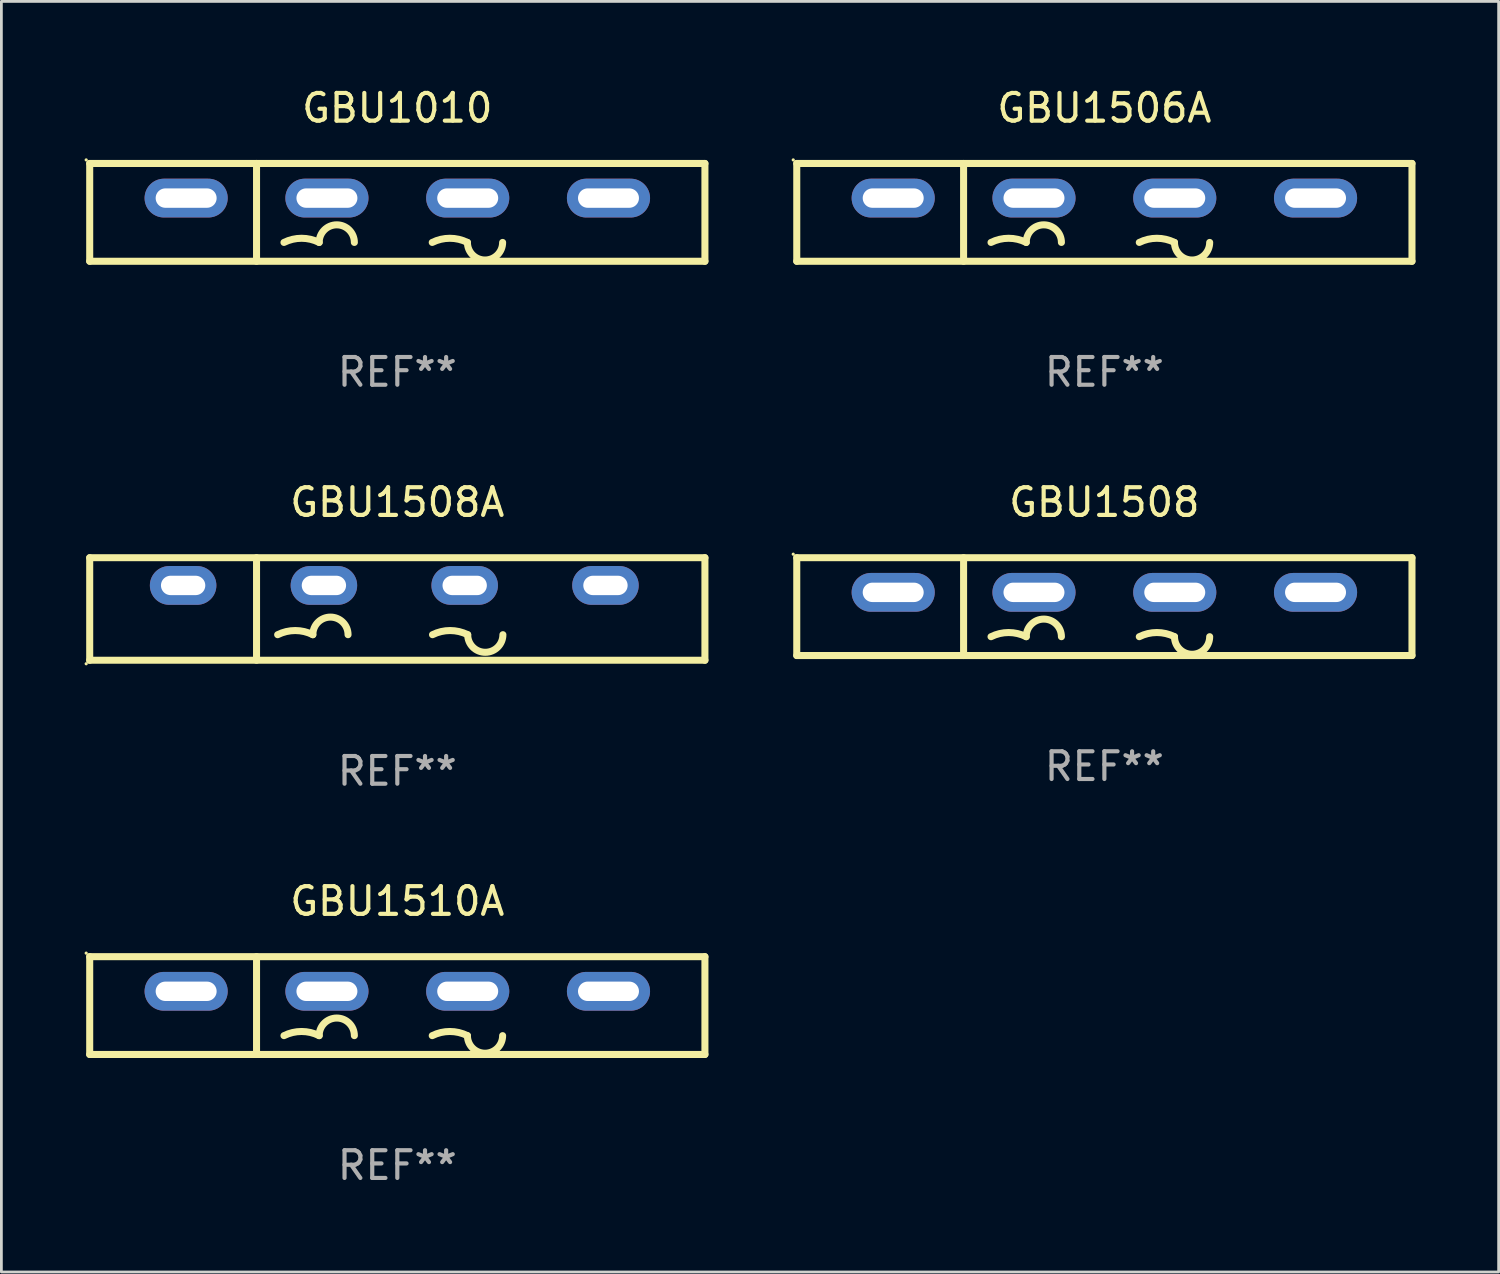
<source format=kicad_pcb>
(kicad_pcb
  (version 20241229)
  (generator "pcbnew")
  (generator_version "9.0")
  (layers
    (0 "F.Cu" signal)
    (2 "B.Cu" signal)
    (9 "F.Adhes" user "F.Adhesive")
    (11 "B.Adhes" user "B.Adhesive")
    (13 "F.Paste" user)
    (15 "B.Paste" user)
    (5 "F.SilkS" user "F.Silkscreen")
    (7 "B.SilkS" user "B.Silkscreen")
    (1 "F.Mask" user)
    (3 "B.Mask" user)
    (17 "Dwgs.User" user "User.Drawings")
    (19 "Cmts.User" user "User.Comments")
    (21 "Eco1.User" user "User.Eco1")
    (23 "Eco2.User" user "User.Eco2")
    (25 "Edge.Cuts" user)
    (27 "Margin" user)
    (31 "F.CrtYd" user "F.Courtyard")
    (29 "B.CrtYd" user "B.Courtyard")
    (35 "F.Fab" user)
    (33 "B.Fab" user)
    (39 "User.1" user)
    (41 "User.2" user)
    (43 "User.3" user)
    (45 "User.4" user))
  (footprint "GBU1508A"
    (layer "F.Cu")
    (at 11.287 18.925)
    (property "Reference" "GBU1508A" (at 0 -3.85 0) (layer "F.SilkS") (effects (font (size 1 1) (thickness 0.15))))
    (attr through_hole)
    (fp_line (start -11.1 -1.85) (end 11.1 -1.85) (stroke (width 0.254) (type solid)) (layer "F.SilkS"))
    (fp_line (start -11.1 1.85) (end -11.1 -1.85) (stroke (width 0.254) (type solid)) (layer "F.SilkS"))
    (fp_line (start -5.08 -1.85) (end -5.08 1.85) (stroke (width 0.254) (type solid)) (layer "F.SilkS"))
    (fp_line (start 11.1 -1.85) (end 11.1 1.85) (stroke (width 0.254) (type solid)) (layer "F.SilkS"))
    (fp_line (start 11.1 1.85) (end -11.1 1.85) (stroke (width 0.254) (type solid)) (layer "F.SilkS"))
    (fp_arc (start -4.318009 0.927991) (mid -3.683008 0.778087) (end -3.048007 0.92799) (stroke (width 0.254001) (type solid)) (layer "F.SilkS"))
    (fp_arc (start -3.048006 0.927991) (mid -2.413005 0.29299) (end -1.778004 0.927991) (stroke (width 0.254001) (type solid)) (layer "F.SilkS"))
    (fp_arc (start 1.270003 0.927991) (mid 1.905004 0.778088) (end 2.540005 0.927991) (stroke (width 0.254001) (type solid)) (layer "F.SilkS"))
    (fp_arc (start 3.810008 0.927991) (mid 3.175006 1.562993) (end 2.540004 0.927991) (stroke (width 0.254001) (type solid)) (layer "F.SilkS"))
    (fp_circle (center -11.227 1.977) (end -11.197 1.977) (stroke (width 0.06) (type solid)) (fill no) (layer "F.SilkS"))
    (fp_text user "+" (at -8.549 0.85 0) (layer "B.Mask") (effects (font (size 1 1) (thickness 0.15))))
    (fp_text user "-" (at 6.751 0.85 0) (layer "B.Mask") (effects (font (size 1 1) (thickness 0.15))))
    (fp_text user "REF**" (at 0 5.85 0) (layer "F.Fab") (effects (font (size 1 1) (thickness 0.15))))
    (pad "1" thru_hole oval (at -7.729 -0.85 180) (size 2.4 1.4) (drill oval 1.6 0.7) (layers "*.Cu" "*.Mask"))
    (pad "2" thru_hole oval (at -2.649 -0.85 180) (size 2.4 1.4) (drill oval 1.6 0.7) (layers "*.Cu" "*.Mask"))
    (pad "3" thru_hole oval (at 2.431 -0.85 180) (size 2.4 1.4) (drill oval 1.6 0.7) (layers "*.Cu" "*.Mask"))
    (pad "4" thru_hole oval (at 7.511 -0.85 180) (size 2.4 1.4) (drill oval 1.6 0.7) (layers "*.Cu" "*.Mask")))
  (footprint "GBU1506A"
    (layer "F.Cu")
    (at 36.801 4.613)
    (property "Reference" "GBU1506A" (at 0 -3.765 0) (layer "F.SilkS") (effects (font (size 1 1) (thickness 0.15))))
    (attr through_hole)
    (fp_line (start -11.1 -1.765) (end 11.1 -1.765) (stroke (width 0.254) (type solid)) (layer "F.SilkS"))
    (fp_line (start -11.1 1.765) (end -11.1 -1.765) (stroke (width 0.254) (type solid)) (layer "F.SilkS"))
    (fp_line (start -5.08 -1.765) (end -5.08 1.765) (stroke (width 0.254) (type solid)) (layer "F.SilkS"))
    (fp_line (start 11.1 -1.765) (end 11.1 1.765) (stroke (width 0.254) (type solid)) (layer "F.SilkS"))
    (fp_line (start 11.1 1.765) (end -11.1 1.765) (stroke (width 0.254) (type solid)) (layer "F.SilkS"))
    (fp_arc (start -4.089992 1.084963) (mid -3.454991 0.93506) (end -2.819989 1.084963) (stroke (width 0.254001) (type solid)) (layer "F.SilkS"))
    (fp_arc (start -2.819991 1.084963) (mid -2.184989 0.449961) (end -1.549987 1.084963) (stroke (width 0.254001) (type solid)) (layer "F.SilkS"))
    (fp_arc (start 1.259995 1.084963) (mid 1.894996 0.93506) (end 2.529998 1.084963) (stroke (width 0.254001) (type solid)) (layer "F.SilkS"))
    (fp_arc (start 3.8 1.084963) (mid 3.164999 1.719964) (end 2.529998 1.084963) (stroke (width 0.254001) (type solid)) (layer "F.SilkS"))
    (fp_circle (center -11.227 -1.892) (end -11.197 -1.892) (stroke (width 0.06) (type solid)) (fill no) (layer "F.SilkS"))
    (fp_text user "-" (at 8.65 3.335 0) (layer "B.Mask") (effects (font (size 1 1) (thickness 0.15))))
    (fp_text user "+" (at -7 3.085 0) (layer "B.Mask") (effects (font (size 1 1) (thickness 0.15))))
    (fp_text user "REF**" (at 0 5.765 0) (layer "F.Fab") (effects (font (size 1 1) (thickness 0.15))))
    (pad "1" thru_hole oval (at -7.62 -0.515 180) (size 3 1.4) (drill oval 2.2 0.7) (layers "*.Cu" "*.Mask"))
    (pad "2" thru_hole oval (at -2.54 -0.515 180) (size 3 1.4) (drill oval 2.2 0.7) (layers "*.Cu" "*.Mask"))
    (pad "3" thru_hole oval (at 2.54 -0.515 180) (size 3 1.4) (drill oval 2.2 0.7) (layers "*.Cu" "*.Mask"))
    (pad "4" thru_hole oval (at 7.62 -0.515 180) (size 3 1.4) (drill oval 2.2 0.7) (layers "*.Cu" "*.Mask")))
  (footprint "GBU1010"
    (layer "F.Cu")
    (at 11.287 4.613)
    (property "Reference" "GBU1010" (at 0 -3.765 0) (layer "F.SilkS") (effects (font (size 1 1) (thickness 0.15))))
    (attr through_hole)
    (fp_line (start -11.1 -1.765) (end 11.1 -1.765) (stroke (width 0.254) (type solid)) (layer "F.SilkS"))
    (fp_line (start -11.1 1.765) (end -11.1 -1.765) (stroke (width 0.254) (type solid)) (layer "F.SilkS"))
    (fp_line (start -5.08 -1.765) (end -5.08 1.765) (stroke (width 0.254) (type solid)) (layer "F.SilkS"))
    (fp_line (start 11.1 -1.765) (end 11.1 1.765) (stroke (width 0.254) (type solid)) (layer "F.SilkS"))
    (fp_line (start 11.1 1.765) (end -11.1 1.765) (stroke (width 0.254) (type solid)) (layer "F.SilkS"))
    (fp_arc (start -4.089992 1.084963) (mid -3.454991 0.93506) (end -2.819989 1.084963) (stroke (width 0.254001) (type solid)) (layer "F.SilkS"))
    (fp_arc (start -2.819991 1.084963) (mid -2.184989 0.449961) (end -1.549987 1.084963) (stroke (width 0.254001) (type solid)) (layer "F.SilkS"))
    (fp_arc (start 1.259995 1.084963) (mid 1.894996 0.93506) (end 2.529998 1.084963) (stroke (width 0.254001) (type solid)) (layer "F.SilkS"))
    (fp_arc (start 3.8 1.084963) (mid 3.164999 1.719964) (end 2.529998 1.084963) (stroke (width 0.254001) (type solid)) (layer "F.SilkS"))
    (fp_circle (center -11.227 -1.892) (end -11.197 -1.892) (stroke (width 0.06) (type solid)) (fill no) (layer "F.SilkS"))
    (fp_text user "-" (at 8.65 3.335 0) (layer "B.Mask") (effects (font (size 1 1) (thickness 0.15))))
    (fp_text user "+" (at -7 3.085 0) (layer "B.Mask") (effects (font (size 1 1) (thickness 0.15))))
    (fp_text user "REF**" (at 0 5.765 0) (layer "F.Fab") (effects (font (size 1 1) (thickness 0.15))))
    (pad "1" thru_hole oval (at -7.62 -0.515 180) (size 3 1.4) (drill oval 2.2 0.7) (layers "*.Cu" "*.Mask"))
    (pad "2" thru_hole oval (at -2.54 -0.515 180) (size 3 1.4) (drill oval 2.2 0.7) (layers "*.Cu" "*.Mask"))
    (pad "3" thru_hole oval (at 2.54 -0.515 180) (size 3 1.4) (drill oval 2.2 0.7) (layers "*.Cu" "*.Mask"))
    (pad "4" thru_hole oval (at 7.62 -0.515 180) (size 3 1.4) (drill oval 2.2 0.7) (layers "*.Cu" "*.Mask")))
  (footprint "GBU1510A"
    (layer "F.Cu")
    (at 11.287 33.236)
    (property "Reference" "GBU1510A" (at 0 -3.765 0) (layer "F.SilkS") (effects (font (size 1 1) (thickness 0.15))))
    (attr through_hole)
    (fp_line (start -11.1 -1.765) (end 11.1 -1.765) (stroke (width 0.254) (type solid)) (layer "F.SilkS"))
    (fp_line (start -11.1 1.765) (end -11.1 -1.765) (stroke (width 0.254) (type solid)) (layer "F.SilkS"))
    (fp_line (start -5.08 -1.765) (end -5.08 1.765) (stroke (width 0.254) (type solid)) (layer "F.SilkS"))
    (fp_line (start 11.1 -1.765) (end 11.1 1.765) (stroke (width 0.254) (type solid)) (layer "F.SilkS"))
    (fp_line (start 11.1 1.765) (end -11.1 1.765) (stroke (width 0.254) (type solid)) (layer "F.SilkS"))
    (fp_arc (start -4.089992 1.084963) (mid -3.454991 0.93506) (end -2.819989 1.084963) (stroke (width 0.254001) (type solid)) (layer "F.SilkS"))
    (fp_arc (start -2.819991 1.084963) (mid -2.184989 0.449961) (end -1.549987 1.084963) (stroke (width 0.254001) (type solid)) (layer "F.SilkS"))
    (fp_arc (start 1.259995 1.084963) (mid 1.894996 0.93506) (end 2.529998 1.084963) (stroke (width 0.254001) (type solid)) (layer "F.SilkS"))
    (fp_arc (start 3.8 1.084963) (mid 3.164999 1.719964) (end 2.529998 1.084963) (stroke (width 0.254001) (type solid)) (layer "F.SilkS"))
    (fp_circle (center -11.227 -1.892) (end -11.197 -1.892) (stroke (width 0.06) (type solid)) (fill no) (layer "F.SilkS"))
    (fp_text user "-" (at 8.65 3.335 0) (layer "B.Mask") (effects (font (size 1 1) (thickness 0.15))))
    (fp_text user "+" (at -7 3.085 0) (layer "B.Mask") (effects (font (size 1 1) (thickness 0.15))))
    (fp_text user "REF**" (at 0 5.765 0) (layer "F.Fab") (effects (font (size 1 1) (thickness 0.15))))
    (pad "1" thru_hole oval (at -7.62 -0.515 180) (size 3 1.4) (drill oval 2.2 0.7) (layers "*.Cu" "*.Mask"))
    (pad "2" thru_hole oval (at -2.54 -0.515 180) (size 3 1.4) (drill oval 2.2 0.7) (layers "*.Cu" "*.Mask"))
    (pad "3" thru_hole oval (at 2.54 -0.515 180) (size 3 1.4) (drill oval 2.2 0.7) (layers "*.Cu" "*.Mask"))
    (pad "4" thru_hole oval (at 7.62 -0.515 180) (size 3 1.4) (drill oval 2.2 0.7) (layers "*.Cu" "*.Mask")))
  (footprint "GBU1508"
    (layer "F.Cu")
    (at 36.801 18.84)
    (property "Reference" "GBU1508" (at 0 -3.765 0) (layer "F.SilkS") (effects (font (size 1 1) (thickness 0.15))))
    (attr through_hole)
    (fp_line (start -11.1 -1.765) (end 11.1 -1.765) (stroke (width 0.254) (type solid)) (layer "F.SilkS"))
    (fp_line (start -11.1 1.765) (end -11.1 -1.765) (stroke (width 0.254) (type solid)) (layer "F.SilkS"))
    (fp_line (start -5.08 -1.765) (end -5.08 1.765) (stroke (width 0.254) (type solid)) (layer "F.SilkS"))
    (fp_line (start 11.1 -1.765) (end 11.1 1.765) (stroke (width 0.254) (type solid)) (layer "F.SilkS"))
    (fp_line (start 11.1 1.765) (end -11.1 1.765) (stroke (width 0.254) (type solid)) (layer "F.SilkS"))
    (fp_arc (start -4.089992 1.084963) (mid -3.454991 0.93506) (end -2.819989 1.084963) (stroke (width 0.254001) (type solid)) (layer "F.SilkS"))
    (fp_arc (start -2.819991 1.084963) (mid -2.184989 0.449961) (end -1.549987 1.084963) (stroke (width 0.254001) (type solid)) (layer "F.SilkS"))
    (fp_arc (start 1.259995 1.084963) (mid 1.894996 0.93506) (end 2.529998 1.084963) (stroke (width 0.254001) (type solid)) (layer "F.SilkS"))
    (fp_arc (start 3.8 1.084963) (mid 3.164999 1.719964) (end 2.529998 1.084963) (stroke (width 0.254001) (type solid)) (layer "F.SilkS"))
    (fp_circle (center -11.227 -1.892) (end -11.197 -1.892) (stroke (width 0.06) (type solid)) (fill no) (layer "F.SilkS"))
    (fp_text user "-" (at 8.65 3.335 0) (layer "B.Mask") (effects (font (size 1 1) (thickness 0.15))))
    (fp_text user "+" (at -7 3.085 0) (layer "B.Mask") (effects (font (size 1 1) (thickness 0.15))))
    (fp_text user "REF**" (at 0 5.765 0) (layer "F.Fab") (effects (font (size 1 1) (thickness 0.15))))
    (pad "1" thru_hole oval (at -7.62 -0.515 180) (size 3 1.4) (drill oval 2.2 0.7) (layers "*.Cu" "*.Mask"))
    (pad "2" thru_hole oval (at -2.54 -0.515 180) (size 3 1.4) (drill oval 2.2 0.7) (layers "*.Cu" "*.Mask"))
    (pad "3" thru_hole oval (at 2.54 -0.515 180) (size 3 1.4) (drill oval 2.2 0.7) (layers "*.Cu" "*.Mask"))
    (pad "4" thru_hole oval (at 7.62 -0.515 180) (size 3 1.4) (drill oval 2.2 0.7) (layers "*.Cu" "*.Mask")))
  (gr_rect
    (start -3 -3)
    (end 51.028 42.85)
    (stroke (width 0.1) (type default))
    (fill no)
    (layer "Edge.Cuts")))
</source>
